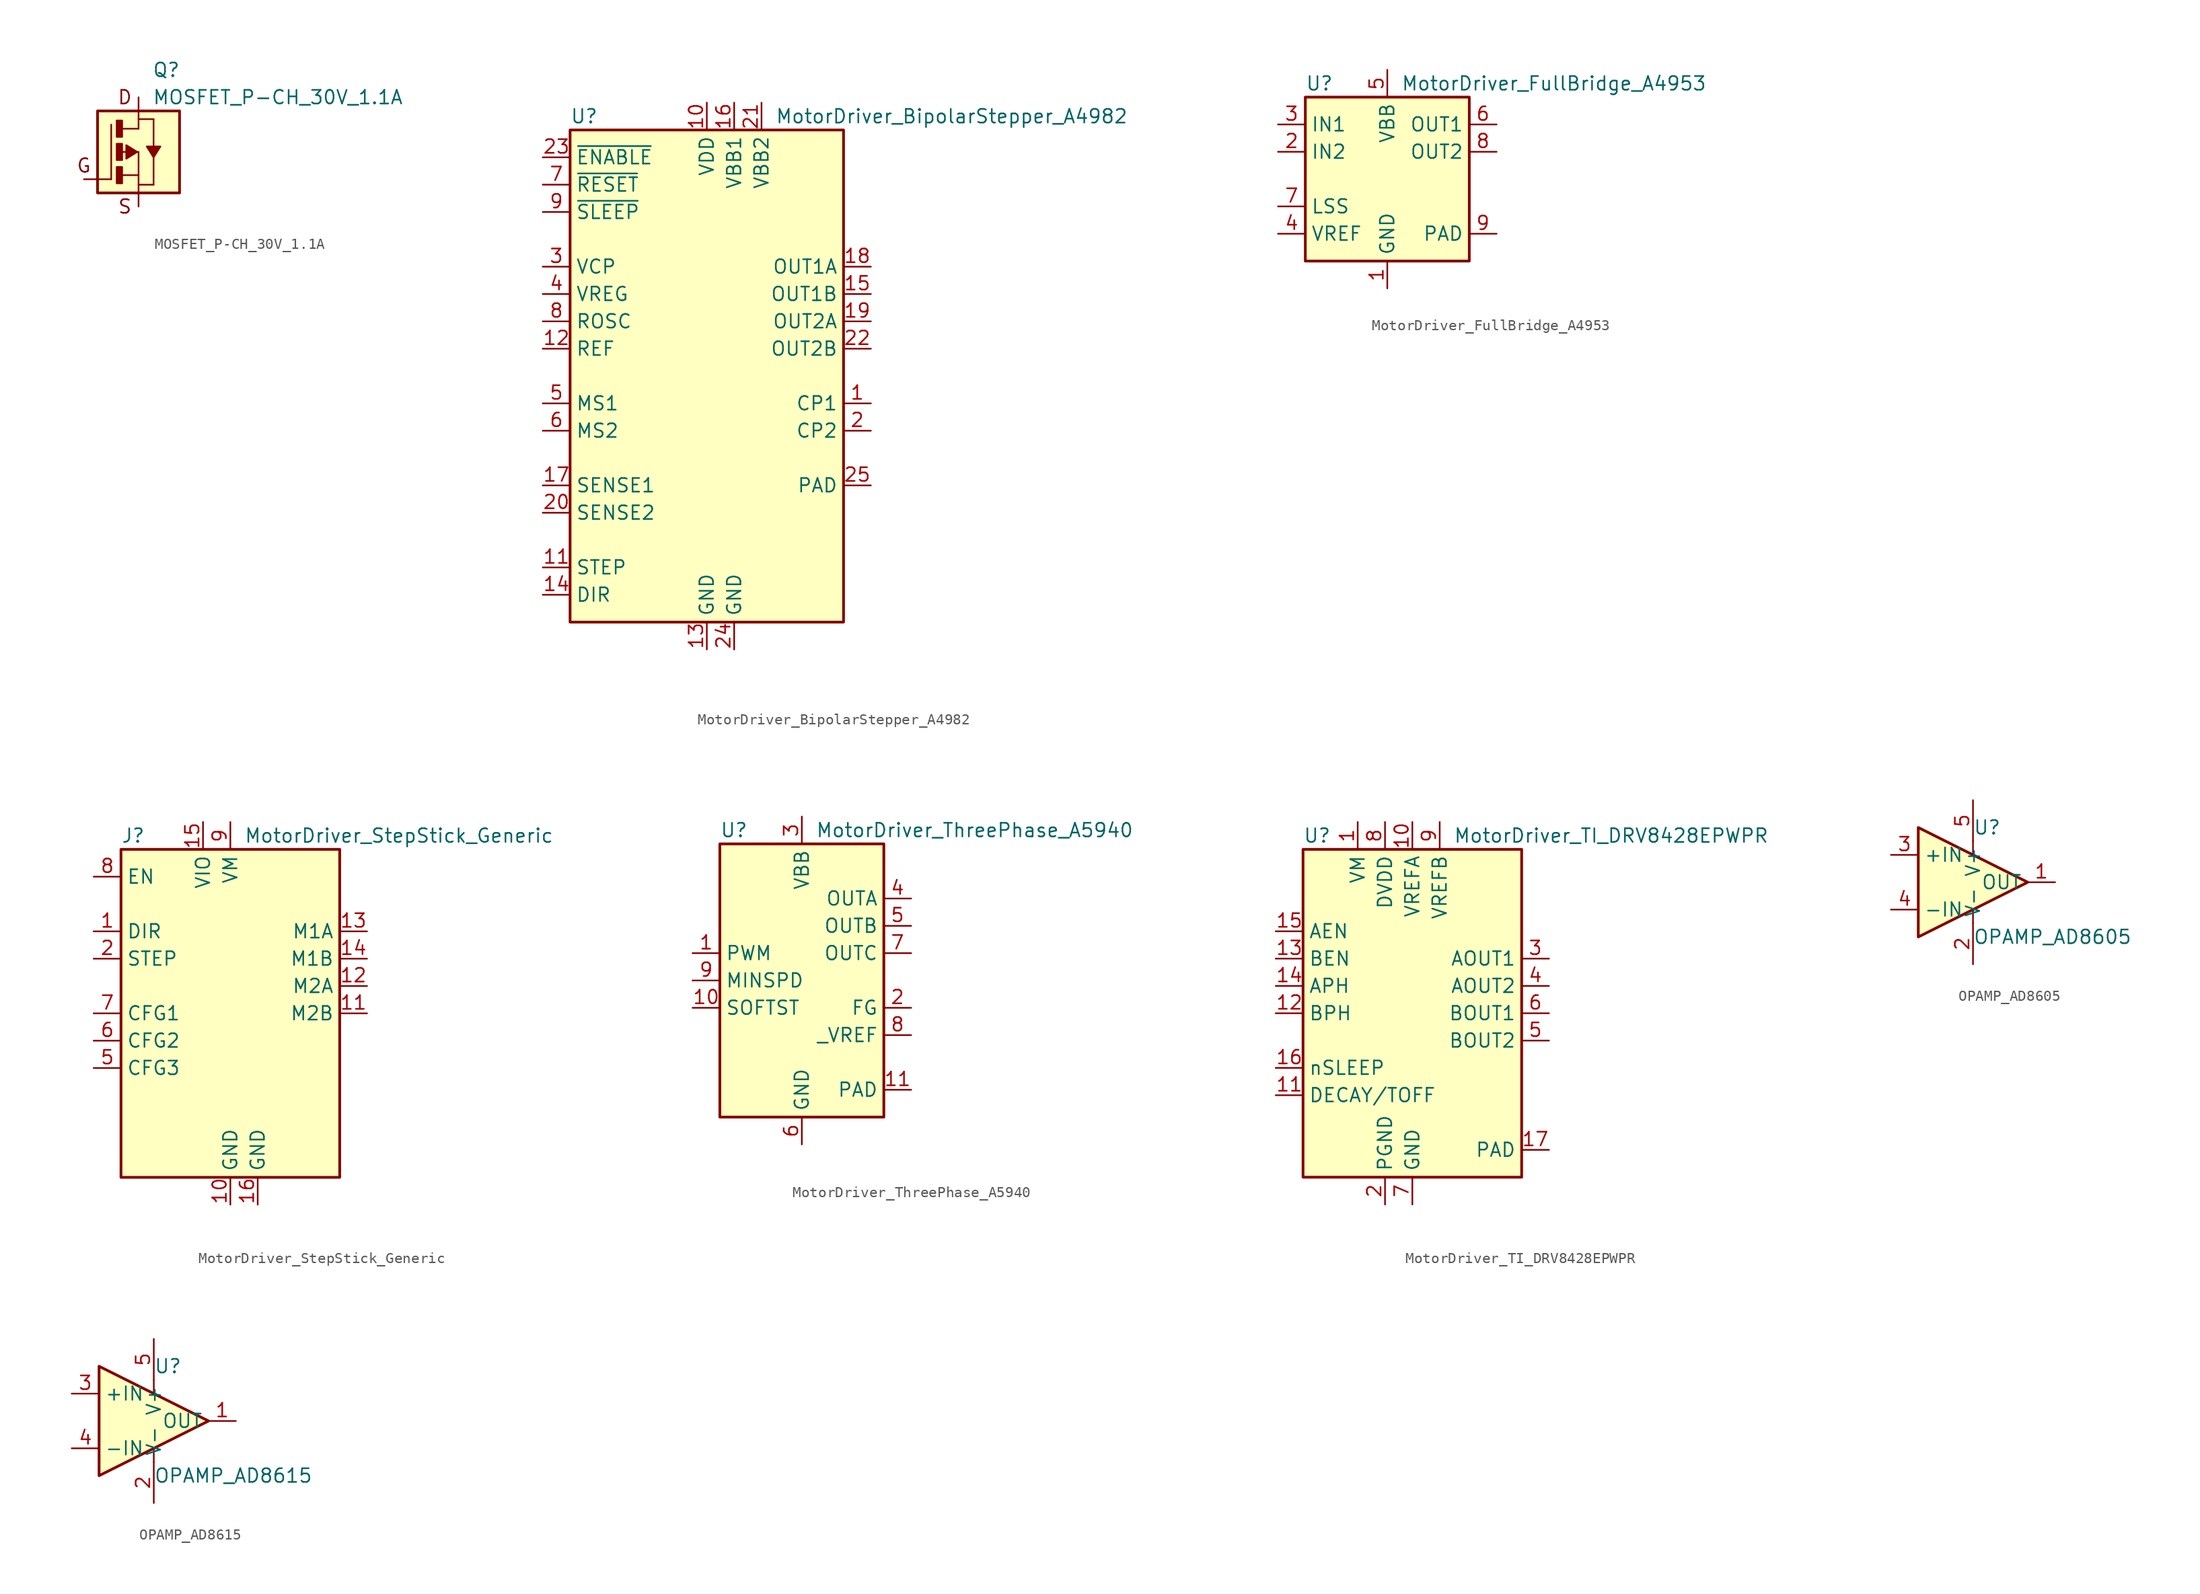
<source format=kicad_sym>
(kicad_symbol_lib
  (version 20211014)
  (generator kicad_symbol_editor)
  (symbol "MOSFET_P-CH_30V_1.1A"
    (pin_numbers hide)
    (pin_names hide)
    (property "Reference" "Q"
      (at 1.27 7.62 0)
      (effects (font (size 1.27 1.27)) (justify left)))
    (property "Value" "MOSFET_P-CH_30V_1.1A"
      (at 1.27 5.08 0)
      (effects (font (size 1.27 1.27)) (justify left)))
    (symbol "MOSFET_P-CH_30V_1.1A_0_0"
      (rectangle (start -3.81 3.81) (end 3.81 -3.81) (stroke (width 0.254) (type default) (color 0 0 0 0)) (fill (type background)))
      (text "D" (at -1.27 5.08 0) (effects (font (size 1.27 1.27))))
      (text "G" (at -5.08 -1.27 0) (effects (font (size 1.27 1.27))))
      (text "S" (at -1.27 -5.08 0) (effects (font (size 1.27 1.27)))))
    (symbol "MOSFET_P-CH_30V_1.1A_1_0"
      (polyline (pts (xy -2.54 -2.54) (xy -2.54 2.54)) (stroke (width 0) (type default) (color 0 0 0 0)) (fill (type none)))
      (polyline (pts (xy -1.651 0) (xy 0 0)) (stroke (width 0) (type default) (color 0 0 0 0)) (fill (type none)))
      (polyline (pts (xy -1.524 -2.159) (xy 0 -2.159)) (stroke (width 0) (type default) (color 0 0 0 0)) (fill (type none)))
      (polyline (pts (xy -1.524 2.159) (xy 0 2.159)) (stroke (width 0) (type default) (color 0 0 0 0)) (fill (type none)))
      (polyline (pts (xy 0 -2.159) (xy 0 -2.54)) (stroke (width 0) (type default) (color 0 0 0 0)) (fill (type none)))
      (polyline (pts (xy 0 0) (xy 0 -2.159)) (stroke (width 0) (type default) (color 0 0 0 0)) (fill (type none)))
      (polyline (pts (xy 0 2.159) (xy 0 2.54)) (stroke (width 0) (type default) (color 0 0 0 0)) (fill (type none)))
      (polyline (pts (xy 0 3.048) (xy 1.397 3.048)) (stroke (width 0) (type default) (color 0 0 0 0)) (fill (type none)))
      (polyline (pts (xy 1.397 -3.048) (xy 0 -3.048)) (stroke (width 0) (type default) (color 0 0 0 0)) (fill (type none)))
      (polyline (pts (xy 1.397 -0.508) (xy 1.397 -3.048)) (stroke (width 0) (type default) (color 0 0 0 0)) (fill (type none)))
      (polyline (pts (xy 1.397 3.048) (xy 1.397 0.381)) (stroke (width 0) (type default) (color 0 0 0 0)) (fill (type none))))
    (symbol "MOSFET_P-CH_30V_1.1A_1_1"
      (rectangle (start -2.032 -2.921) (end -1.524 -1.397) (stroke (width 0) (type default) (color 0 0 0 0)) (fill (type outline)))
      (rectangle (start -2.032 -0.762) (end -1.524 0.762) (stroke (width 0) (type default) (color 0 0 0 0)) (fill (type outline)))
      (rectangle (start -2.032 1.397) (end -1.524 2.921) (stroke (width 0) (type default) (color 0 0 0 0)) (fill (type outline)))
      (polyline (pts (xy -0.127 0) (xy -1.143 -0.635) (xy -1.143 -0.635) (xy -1.143 0.635) (xy -1.143 0.635) (xy -0.127 0)) (stroke (width 0) (type default) (color 0 0 0 0)) (fill (type outline)))
      (polyline (pts (xy 1.397 -0.508) (xy 0.762 0.508) (xy 0.762 0.508) (xy 2.032 0.508) (xy 2.032 0.508) (xy 1.397 -0.508)) (stroke (width 0) (type default) (color 0 0 0 0)) (fill (type outline)))
      (pin passive line (at -5.08 -2.54 0) (length 2.54) (name "G" (effects (font (size 1.27 1.27)))) (number "1" (effects (font (size 1.27 1.27)))))
      (pin passive line (at 0 -5.08 90) (length 2.54) (name "S" (effects (font (size 1.27 1.27)))) (number "2" (effects (font (size 1.27 1.27)))))
      (pin passive line (at 0 5.08 270) (length 2.54) (name "D" (effects (font (size 1.27 1.27)))) (number "3" (effects (font (size 1.27 1.27)))))))
  (symbol "MotorDriver_BipolarStepper_A4982"
    (property "Reference" "U"
      (at -12.7 24.13 0)
      (effects (font (size 1.27 1.27)) (justify left)))
    (property "Value" "MotorDriver_BipolarStepper_A4982"
      (at 6.35 24.13 0)
      (effects (font (size 1.27 1.27)) (justify left)))
    (symbol "MotorDriver_BipolarStepper_A4982_0_1"
      (rectangle (start -12.7 22.86) (end 12.7 -22.86) (stroke (width 0.254) (type default) (color 0 0 0 0)) (fill (type background))))
    (symbol "MotorDriver_BipolarStepper_A4982_1_1"
      (pin bidirectional line (at 15.24 -2.54 180) (length 2.54) (name "CP1" (effects (font (size 1.27 1.27)))) (number "1" (effects (font (size 1.27 1.27)))))
      (pin power_in line (at 0 25.4 270) (length 2.54) (name "VDD" (effects (font (size 1.27 1.27)))) (number "10" (effects (font (size 1.27 1.27)))))
      (pin input line (at -15.24 -17.78 0) (length 2.54) (name "STEP" (effects (font (size 1.27 1.27)))) (number "11" (effects (font (size 1.27 1.27)))))
      (pin input line (at -15.24 2.54 0) (length 2.54) (name "REF" (effects (font (size 1.27 1.27)))) (number "12" (effects (font (size 1.27 1.27)))))
      (pin power_in line (at 0 -25.4 90) (length 2.54) (name "GND" (effects (font (size 1.27 1.27)))) (number "13" (effects (font (size 1.27 1.27)))))
      (pin input line (at -15.24 -20.32 0) (length 2.54) (name "DIR" (effects (font (size 1.27 1.27)))) (number "14" (effects (font (size 1.27 1.27)))))
      (pin output line (at 15.24 7.62 180) (length 2.54) (name "OUT1B" (effects (font (size 1.27 1.27)))) (number "15" (effects (font (size 1.27 1.27)))))
      (pin power_in line (at 2.54 25.4 270) (length 2.54) (name "VBB1" (effects (font (size 1.27 1.27)))) (number "16" (effects (font (size 1.27 1.27)))))
      (pin input line (at -15.24 -10.16 0) (length 2.54) (name "SENSE1" (effects (font (size 1.27 1.27)))) (number "17" (effects (font (size 1.27 1.27)))))
      (pin output line (at 15.24 10.16 180) (length 2.54) (name "OUT1A" (effects (font (size 1.27 1.27)))) (number "18" (effects (font (size 1.27 1.27)))))
      (pin output line (at 15.24 5.08 180) (length 2.54) (name "OUT2A" (effects (font (size 1.27 1.27)))) (number "19" (effects (font (size 1.27 1.27)))))
      (pin bidirectional line (at 15.24 -5.08 180) (length 2.54) (name "CP2" (effects (font (size 1.27 1.27)))) (number "2" (effects (font (size 1.27 1.27)))))
      (pin input line (at -15.24 -12.7 0) (length 2.54) (name "SENSE2" (effects (font (size 1.27 1.27)))) (number "20" (effects (font (size 1.27 1.27)))))
      (pin power_in line (at 5.08 25.4 270) (length 2.54) (name "VBB2" (effects (font (size 1.27 1.27)))) (number "21" (effects (font (size 1.27 1.27)))))
      (pin output line (at 15.24 2.54 180) (length 2.54) (name "OUT2B" (effects (font (size 1.27 1.27)))) (number "22" (effects (font (size 1.27 1.27)))))
      (pin input line (at -15.24 20.32 0) (length 2.54) (name "~{ENABLE}" (effects (font (size 1.27 1.27)))) (number "23" (effects (font (size 1.27 1.27)))))
      (pin power_in line (at 2.54 -25.4 90) (length 2.54) (name "GND" (effects (font (size 1.27 1.27)))) (number "24" (effects (font (size 1.27 1.27)))))
      (pin passive line (at 15.24 -10.16 180) (length 2.54) (name "PAD" (effects (font (size 1.27 1.27)))) (number "25" (effects (font (size 1.27 1.27)))))
      (pin bidirectional line (at -15.24 10.16 0) (length 2.54) (name "VCP" (effects (font (size 1.27 1.27)))) (number "3" (effects (font (size 1.27 1.27)))))
      (pin input line (at -15.24 7.62 0) (length 2.54) (name "VREG" (effects (font (size 1.27 1.27)))) (number "4" (effects (font (size 1.27 1.27)))))
      (pin input line (at -15.24 -2.54 0) (length 2.54) (name "MS1" (effects (font (size 1.27 1.27)))) (number "5" (effects (font (size 1.27 1.27)))))
      (pin input line (at -15.24 -5.08 0) (length 2.54) (name "MS2" (effects (font (size 1.27 1.27)))) (number "6" (effects (font (size 1.27 1.27)))))
      (pin input line (at -15.24 17.78 0) (length 2.54) (name "~{RESET}" (effects (font (size 1.27 1.27)))) (number "7" (effects (font (size 1.27 1.27)))))
      (pin input line (at -15.24 5.08 0) (length 2.54) (name "ROSC" (effects (font (size 1.27 1.27)))) (number "8" (effects (font (size 1.27 1.27)))))
      (pin input line (at -15.24 15.24 0) (length 2.54) (name "~{SLEEP}" (effects (font (size 1.27 1.27)))) (number "9" (effects (font (size 1.27 1.27)))))))
  (symbol "MotorDriver_FullBridge_A4953"
    (property "Reference" "U"
      (at -7.62 8.89 0)
      (effects (font (size 1.27 1.27)) (justify left)))
    (property "Value" "MotorDriver_FullBridge_A4953"
      (at 1.27 8.89 0)
      (effects (font (size 1.27 1.27)) (justify left)))
    (symbol "MotorDriver_FullBridge_A4953_0_1"
      (rectangle (start -7.62 7.62) (end 7.62 -7.62) (stroke (width 0.254) (type default) (color 0 0 0 0)) (fill (type background))))
    (symbol "MotorDriver_FullBridge_A4953_1_1"
      (pin power_in line (at 0 -10.16 90) (length 2.54) (name "GND" (effects (font (size 1.27 1.27)))) (number "1" (effects (font (size 1.27 1.27)))))
      (pin input line (at -10.16 2.54 0) (length 2.54) (name "IN2" (effects (font (size 1.27 1.27)))) (number "2" (effects (font (size 1.27 1.27)))))
      (pin input line (at -10.16 5.08 0) (length 2.54) (name "IN1" (effects (font (size 1.27 1.27)))) (number "3" (effects (font (size 1.27 1.27)))))
      (pin input line (at -10.16 -5.08 0) (length 2.54) (name "VREF" (effects (font (size 1.27 1.27)))) (number "4" (effects (font (size 1.27 1.27)))))
      (pin power_in line (at 0 10.16 270) (length 2.54) (name "VBB" (effects (font (size 1.27 1.27)))) (number "5" (effects (font (size 1.27 1.27)))))
      (pin output line (at 10.16 5.08 180) (length 2.54) (name "OUT1" (effects (font (size 1.27 1.27)))) (number "6" (effects (font (size 1.27 1.27)))))
      (pin input line (at -10.16 -2.54 0) (length 2.54) (name "LSS" (effects (font (size 1.27 1.27)))) (number "7" (effects (font (size 1.27 1.27)))))
      (pin output line (at 10.16 2.54 180) (length 2.54) (name "OUT2" (effects (font (size 1.27 1.27)))) (number "8" (effects (font (size 1.27 1.27)))))
      (pin passive line (at 10.16 -5.08 180) (length 2.54) (name "PAD" (effects (font (size 1.27 1.27)))) (number "9" (effects (font (size 1.27 1.27)))))))
  (symbol "MotorDriver_StepStick_Generic"
    (property "Reference" "J"
      (at -10.16 16.51 0)
      (effects (font (size 1.27 1.27)) (justify left)))
    (property "Value" "MotorDriver_StepStick_Generic"
      (at 1.27 16.51 0)
      (effects (font (size 1.27 1.27)) (justify left)))
    (symbol "MotorDriver_StepStick_Generic_0_1"
      (rectangle (start -10.16 15.24) (end 10.16 -15.24) (stroke (width 0.254) (type default) (color 0 0 0 0)) (fill (type background))))
    (symbol "MotorDriver_StepStick_Generic_1_1"
      (pin input line (at -12.7 7.62 0) (length 2.54) (name "DIR" (effects (font (size 1.27 1.27)))) (number "1" (effects (font (size 1.27 1.27)))))
      (pin power_in line (at 0 -17.78 90) (length 2.54) (name "GND" (effects (font (size 1.27 1.27)))) (number "10" (effects (font (size 1.27 1.27)))))
      (pin output line (at 12.7 0 180) (length 2.54) (name "M2B" (effects (font (size 1.27 1.27)))) (number "11" (effects (font (size 1.27 1.27)))))
      (pin output line (at 12.7 2.54 180) (length 2.54) (name "M2A" (effects (font (size 1.27 1.27)))) (number "12" (effects (font (size 1.27 1.27)))))
      (pin output line (at 12.7 7.62 180) (length 2.54) (name "M1A" (effects (font (size 1.27 1.27)))) (number "13" (effects (font (size 1.27 1.27)))))
      (pin output line (at 12.7 5.08 180) (length 2.54) (name "M1B" (effects (font (size 1.27 1.27)))) (number "14" (effects (font (size 1.27 1.27)))))
      (pin power_in line (at -2.54 17.78 270) (length 2.54) (name "VIO" (effects (font (size 1.27 1.27)))) (number "15" (effects (font (size 1.27 1.27)))))
      (pin power_in line (at 2.54 -17.78 90) (length 2.54) (name "GND" (effects (font (size 1.27 1.27)))) (number "16" (effects (font (size 1.27 1.27)))))
      (pin input line (at -12.7 5.08 0) (length 2.54) (name "STEP" (effects (font (size 1.27 1.27)))) (number "2" (effects (font (size 1.27 1.27)))))
      (pin no_connect line (at -12.7 -12.7 0) (length 2.54) hide (name "NC" (effects (font (size 1.27 1.27)))) (number "3" (effects (font (size 1.27 1.27)))))
      (pin no_connect line (at -12.7 -10.16 0) (length 2.54) hide (name "NC" (effects (font (size 1.27 1.27)))) (number "4" (effects (font (size 1.27 1.27)))))
      (pin input line (at -12.7 -5.08 0) (length 2.54) (name "CFG3" (effects (font (size 1.27 1.27)))) (number "5" (effects (font (size 1.27 1.27)))))
      (pin input line (at -12.7 -2.54 0) (length 2.54) (name "CFG2" (effects (font (size 1.27 1.27)))) (number "6" (effects (font (size 1.27 1.27)))))
      (pin input line (at -12.7 0 0) (length 2.54) (name "CFG1" (effects (font (size 1.27 1.27)))) (number "7" (effects (font (size 1.27 1.27)))))
      (pin input line (at -12.7 12.7 0) (length 2.54) (name "EN" (effects (font (size 1.27 1.27)))) (number "8" (effects (font (size 1.27 1.27)))))
      (pin power_in line (at 0 17.78 270) (length 2.54) (name "VM" (effects (font (size 1.27 1.27)))) (number "9" (effects (font (size 1.27 1.27)))))))
  (symbol "MotorDriver_ThreePhase_A5940"
    (property "Reference" "U"
      (at -7.62 13.97 0)
      (effects (font (size 1.27 1.27)) (justify left)))
    (property "Value" "MotorDriver_ThreePhase_A5940"
      (at 1.27 13.97 0)
      (effects (font (size 1.27 1.27)) (justify left)))
    (symbol "MotorDriver_ThreePhase_A5940_0_1"
      (rectangle (start -7.62 12.7) (end 7.62 -12.7) (stroke (width 0.254) (type default) (color 0 0 0 0)) (fill (type background))))
    (symbol "MotorDriver_ThreePhase_A5940_1_1"
      (pin input line (at -10.16 2.54 0) (length 2.54) (name "PWM" (effects (font (size 1.27 1.27)))) (number "1" (effects (font (size 1.27 1.27)))))
      (pin input line (at -10.16 -2.54 0) (length 2.54) (name "SOFTST" (effects (font (size 1.27 1.27)))) (number "10" (effects (font (size 1.27 1.27)))))
      (pin passive line (at 10.16 -10.16 180) (length 2.54) (name "PAD" (effects (font (size 1.27 1.27)))) (number "11" (effects (font (size 1.27 1.27)))))
      (pin output line (at 10.16 -2.54 180) (length 2.54) (name "FG" (effects (font (size 1.27 1.27)))) (number "2" (effects (font (size 1.27 1.27)))))
      (pin power_in line (at 0 15.24 270) (length 2.54) (name "VBB" (effects (font (size 1.27 1.27)))) (number "3" (effects (font (size 1.27 1.27)))))
      (pin output line (at 10.16 7.62 180) (length 2.54) (name "OUTA" (effects (font (size 1.27 1.27)))) (number "4" (effects (font (size 1.27 1.27)))))
      (pin output line (at 10.16 5.08 180) (length 2.54) (name "OUTB" (effects (font (size 1.27 1.27)))) (number "5" (effects (font (size 1.27 1.27)))))
      (pin power_in line (at 0 -15.24 90) (length 2.54) (name "GND" (effects (font (size 1.27 1.27)))) (number "6" (effects (font (size 1.27 1.27)))))
      (pin output line (at 10.16 2.54 180) (length 2.54) (name "OUTC" (effects (font (size 1.27 1.27)))) (number "7" (effects (font (size 1.27 1.27)))))
      (pin output line (at 10.16 -5.08 180) (length 2.54) (name "_VREF" (effects (font (size 1.27 1.27)))) (number "8" (effects (font (size 1.27 1.27)))))
      (pin input line (at -10.16 0 0) (length 2.54) (name "MINSPD" (effects (font (size 1.27 1.27)))) (number "9" (effects (font (size 1.27 1.27)))))))
  (symbol "MotorDriver_TI_DRV8428EPWPR"
    (property "Reference" "U"
      (at -10.16 16.51 0)
      (effects (font (size 1.27 1.27)) (justify left)))
    (property "Value" "MotorDriver_TI_DRV8428EPWPR"
      (at 3.81 16.51 0)
      (effects (font (size 1.27 1.27)) (justify left)))
    (symbol "MotorDriver_TI_DRV8428EPWPR_0_1"
      (rectangle (start -10.16 15.24) (end 10.16 -15.24) (stroke (width 0.254) (type default) (color 0 0 0 0)) (fill (type background))))
    (symbol "MotorDriver_TI_DRV8428EPWPR_1_1"
      (pin power_in line (at -5.08 17.78 270) (length 2.54) (name "VM" (effects (font (size 1.27 1.27)))) (number "1" (effects (font (size 1.27 1.27)))))
      (pin power_in line (at 0 17.78 270) (length 2.54) (name "VREFA" (effects (font (size 1.27 1.27)))) (number "10" (effects (font (size 1.27 1.27)))))
      (pin input line (at -12.7 -7.62 0) (length 2.54) (name "DECAY/TOFF" (effects (font (size 1.27 1.27)))) (number "11" (effects (font (size 1.27 1.27)))))
      (pin input line (at -12.7 0 0) (length 2.54) (name "BPH" (effects (font (size 1.27 1.27)))) (number "12" (effects (font (size 1.27 1.27)))))
      (pin input line (at -12.7 5.08 0) (length 2.54) (name "BEN" (effects (font (size 1.27 1.27)))) (number "13" (effects (font (size 1.27 1.27)))))
      (pin input line (at -12.7 2.54 0) (length 2.54) (name "APH" (effects (font (size 1.27 1.27)))) (number "14" (effects (font (size 1.27 1.27)))))
      (pin input line (at -12.7 7.62 0) (length 2.54) (name "AEN" (effects (font (size 1.27 1.27)))) (number "15" (effects (font (size 1.27 1.27)))))
      (pin input line (at -12.7 -5.08 0) (length 2.54) (name "nSLEEP" (effects (font (size 1.27 1.27)))) (number "16" (effects (font (size 1.27 1.27)))))
      (pin passive line (at 12.7 -12.7 180) (length 2.54) (name "PAD" (effects (font (size 1.27 1.27)))) (number "17" (effects (font (size 1.27 1.27)))))
      (pin power_in line (at -2.54 -17.78 90) (length 2.54) (name "PGND" (effects (font (size 1.27 1.27)))) (number "2" (effects (font (size 1.27 1.27)))))
      (pin output line (at 12.7 5.08 180) (length 2.54) (name "AOUT1" (effects (font (size 1.27 1.27)))) (number "3" (effects (font (size 1.27 1.27)))))
      (pin output line (at 12.7 2.54 180) (length 2.54) (name "AOUT2" (effects (font (size 1.27 1.27)))) (number "4" (effects (font (size 1.27 1.27)))))
      (pin output line (at 12.7 -2.54 180) (length 2.54) (name "BOUT2" (effects (font (size 1.27 1.27)))) (number "5" (effects (font (size 1.27 1.27)))))
      (pin output line (at 12.7 0 180) (length 2.54) (name "BOUT1" (effects (font (size 1.27 1.27)))) (number "6" (effects (font (size 1.27 1.27)))))
      (pin power_in line (at 0 -17.78 90) (length 2.54) (name "GND" (effects (font (size 1.27 1.27)))) (number "7" (effects (font (size 1.27 1.27)))))
      (pin power_in line (at -2.54 17.78 270) (length 2.54) (name "DVDD" (effects (font (size 1.27 1.27)))) (number "8" (effects (font (size 1.27 1.27)))))
      (pin power_in line (at 2.54 17.78 270) (length 2.54) (name "VREFB" (effects (font (size 1.27 1.27)))) (number "9" (effects (font (size 1.27 1.27)))))))
  (symbol "OPAMP_AD8605"
    (property "Reference" "U"
      (at 0 5.08 0)
      (effects (font (size 1.27 1.27)) (justify left)))
    (property "Value" "OPAMP_AD8605"
      (at 0 -5.08 0)
      (effects (font (size 1.27 1.27)) (justify left)))
    (symbol "OPAMP_AD8605_0_1"
      (polyline (pts (xy 0 -3.81) (xy 0 -2.54)) (stroke (width 0) (type default) (color 0 0 0 0)) (fill (type none)))
      (polyline (pts (xy 0 3.81) (xy 0 2.54)) (stroke (width 0) (type default) (color 0 0 0 0)) (fill (type none)))
      (polyline (pts (xy -5.08 5.08) (xy 5.08 0) (xy -5.08 -5.08) (xy -5.08 5.08)) (stroke (width 0.254) (type default) (color 0 0 0 0)) (fill (type background)))
      (pin power_in line (at 0 -7.62 90) (length 3.81) (name "V-" (effects (font (size 1.27 1.27)))) (number "2" (effects (font (size 1.27 1.27)))))
      (pin power_in line (at 0 7.62 270) (length 3.81) (name "V+" (effects (font (size 1.27 1.27)))) (number "5" (effects (font (size 1.27 1.27))))))
    (symbol "OPAMP_AD8605_1_1"
      (pin output line (at 7.62 0 180) (length 2.54) (name "OUT" (effects (font (size 1.27 1.27)))) (number "1" (effects (font (size 1.27 1.27)))))
      (pin input line (at -7.62 2.54 0) (length 2.54) (name "+IN" (effects (font (size 1.27 1.27)))) (number "3" (effects (font (size 1.27 1.27)))))
      (pin input line (at -7.62 -2.54 0) (length 2.54) (name "-IN" (effects (font (size 1.27 1.27)))) (number "4" (effects (font (size 1.27 1.27)))))))
  (symbol "OPAMP_AD8615"
    (property "Reference" "U"
      (at 0 5.08 0)
      (effects (font (size 1.27 1.27)) (justify left)))
    (property "Value" "OPAMP_AD8615"
      (at 0 -5.08 0)
      (effects (font (size 1.27 1.27)) (justify left)))
    (symbol "OPAMP_AD8615_0_1"
      (polyline (pts (xy 0 -2.54) (xy 0 -3.81)) (stroke (width 0) (type default) (color 0 0 0 0)) (fill (type none)))
      (polyline (pts (xy 0 3.81) (xy 0 2.54)) (stroke (width 0) (type default) (color 0 0 0 0)) (fill (type none)))
      (polyline (pts (xy -5.08 5.08) (xy 5.08 0) (xy -5.08 -5.08) (xy -5.08 5.08)) (stroke (width 0.254) (type default) (color 0 0 0 0)) (fill (type background)))
      (pin power_in line (at 0 -7.62 90) (length 3.81) (name "V-" (effects (font (size 1.27 1.27)))) (number "2" (effects (font (size 1.27 1.27)))))
      (pin power_in line (at 0 7.62 270) (length 3.81) (name "V+" (effects (font (size 1.27 1.27)))) (number "5" (effects (font (size 1.27 1.27))))))
    (symbol "OPAMP_AD8615_1_1"
      (pin output line (at 7.62 0 180) (length 2.54) (name "OUT" (effects (font (size 1.27 1.27)))) (number "1" (effects (font (size 1.27 1.27)))))
      (pin input line (at -7.62 2.54 0) (length 2.54) (name "+IN" (effects (font (size 1.27 1.27)))) (number "3" (effects (font (size 1.27 1.27)))))
      (pin input line (at -7.62 -2.54 0) (length 2.54) (name "-IN" (effects (font (size 1.27 1.27)))) (number "4" (effects (font (size 1.27 1.27))))))))
</source>
